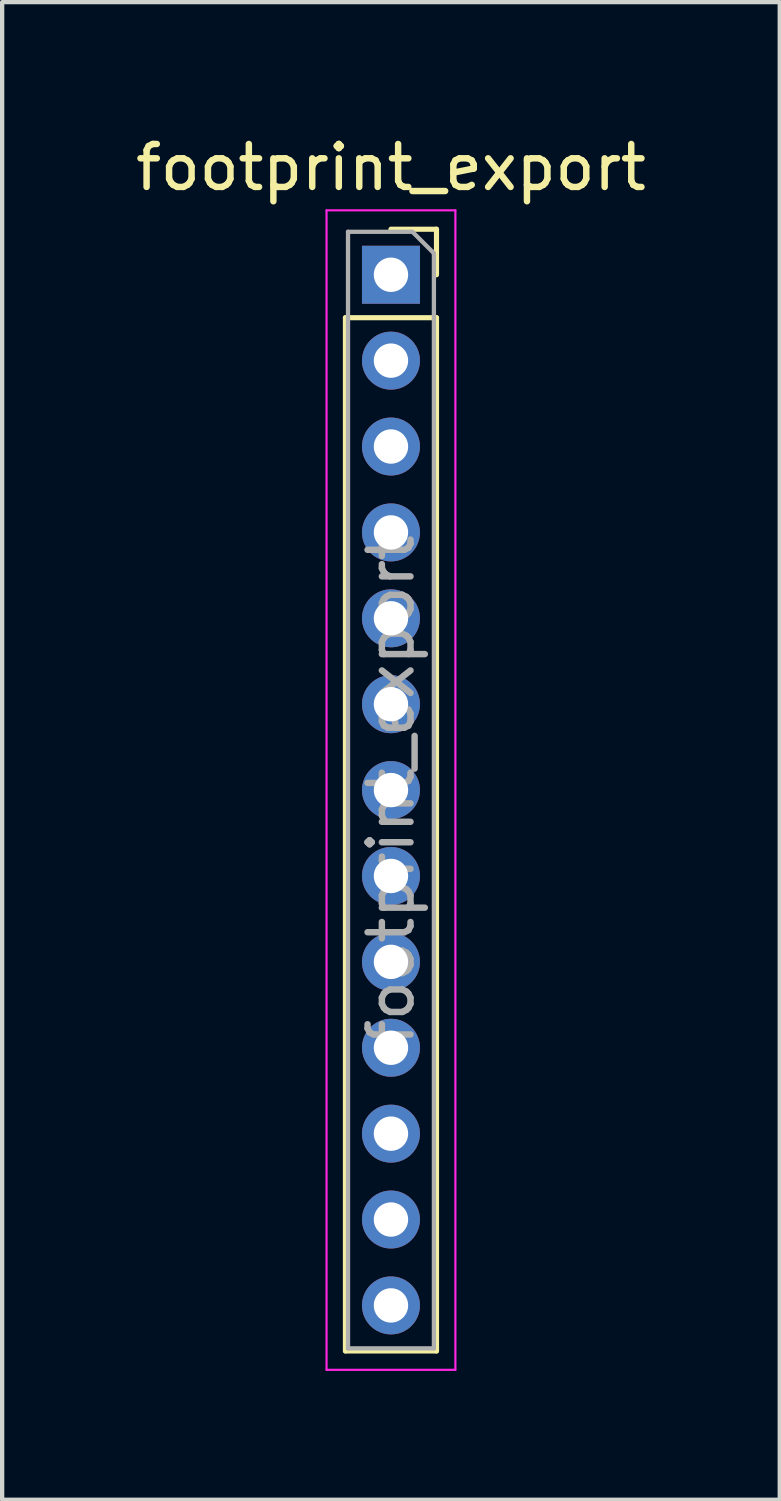
<source format=kicad_pcb>
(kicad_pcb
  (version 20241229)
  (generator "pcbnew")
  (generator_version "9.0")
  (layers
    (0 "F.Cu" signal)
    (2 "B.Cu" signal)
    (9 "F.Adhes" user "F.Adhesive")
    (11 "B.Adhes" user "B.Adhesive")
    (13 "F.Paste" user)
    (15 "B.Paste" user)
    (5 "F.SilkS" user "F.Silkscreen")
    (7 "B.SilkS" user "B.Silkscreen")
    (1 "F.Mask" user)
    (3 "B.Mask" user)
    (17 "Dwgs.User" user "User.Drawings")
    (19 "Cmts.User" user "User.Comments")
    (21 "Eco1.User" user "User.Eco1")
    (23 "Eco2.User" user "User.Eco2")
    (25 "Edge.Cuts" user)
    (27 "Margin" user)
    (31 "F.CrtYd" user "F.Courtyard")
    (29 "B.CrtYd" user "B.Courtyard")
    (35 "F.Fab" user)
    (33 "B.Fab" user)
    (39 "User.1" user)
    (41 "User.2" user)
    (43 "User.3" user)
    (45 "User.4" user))
  (footprint "footprint_export"
    (layer "F.Cu")
    (at 6.054 3.348)
    (property "Reference" "footprint_export" (at 0 -2.5 0) (layer "F.SilkS") (effects (font (size 1 1) (thickness 0.15))))
    (attr through_hole)
    (fp_line (start -1.06 1) (end -1.06 25.06) (stroke (width 0.12) (type solid)) (layer "F.SilkS"))
    (fp_line (start -1.06 1) (end 1.06 1) (stroke (width 0.12) (type solid)) (layer "F.SilkS"))
    (fp_line (start -1.06 25.06) (end 1.06 25.06) (stroke (width 0.12) (type solid)) (layer "F.SilkS"))
    (fp_line (start 0 -1.06) (end 1.06 -1.06) (stroke (width 0.12) (type solid)) (layer "F.SilkS"))
    (fp_line (start 1.06 -1.06) (end 1.06 0) (stroke (width 0.12) (type solid)) (layer "F.SilkS"))
    (fp_line (start 1.06 1) (end 1.06 25.06) (stroke (width 0.12) (type solid)) (layer "F.SilkS"))
    (fp_line (start -1.5 -1.5) (end 1.5 -1.5) (stroke (width 0.05) (type solid)) (layer "F.CrtYd"))
    (fp_line (start -1.5 25.5) (end -1.5 -1.5) (stroke (width 0.05) (type solid)) (layer "F.CrtYd"))
    (fp_line (start 1.5 -1.5) (end 1.5 25.5) (stroke (width 0.05) (type solid)) (layer "F.CrtYd"))
    (fp_line (start 1.5 25.5) (end -1.5 25.5) (stroke (width 0.05) (type solid)) (layer "F.CrtYd"))
    (fp_line (start -1 -1) (end 0.5 -1) (stroke (width 0.1) (type solid)) (layer "F.Fab"))
    (fp_line (start -1 25) (end -1 -1) (stroke (width 0.1) (type solid)) (layer "F.Fab"))
    (fp_line (start 0.5 -1) (end 1 -0.5) (stroke (width 0.1) (type solid)) (layer "F.Fab"))
    (fp_line (start 1 -0.5) (end 1 25) (stroke (width 0.1) (type solid)) (layer "F.Fab"))
    (fp_line (start 1 25) (end -1 25) (stroke (width 0.1) (type solid)) (layer "F.Fab"))
    (fp_text user "${REFERENCE}" (at 0 12 90) (layer "F.Fab") (effects (font (size 1 1) (thickness 0.15))))
    (pad "1" thru_hole rect (at 0 0) (size 1.35 1.35) (drill 0.8) (layers "*.Cu" "*.Mask"))
    (pad "2" thru_hole oval (at 0 2) (size 1.35 1.35) (drill 0.8) (layers "*.Cu" "*.Mask"))
    (pad "3" thru_hole oval (at 0 4) (size 1.35 1.35) (drill 0.8) (layers "*.Cu" "*.Mask"))
    (pad "4" thru_hole oval (at 0 6) (size 1.35 1.35) (drill 0.8) (layers "*.Cu" "*.Mask"))
    (pad "5" thru_hole oval (at 0 8) (size 1.35 1.35) (drill 0.8) (layers "*.Cu" "*.Mask"))
    (pad "6" thru_hole oval (at 0 10) (size 1.35 1.35) (drill 0.8) (layers "*.Cu" "*.Mask"))
    (pad "7" thru_hole oval (at 0 12) (size 1.35 1.35) (drill 0.8) (layers "*.Cu" "*.Mask"))
    (pad "8" thru_hole oval (at 0 14) (size 1.35 1.35) (drill 0.8) (layers "*.Cu" "*.Mask"))
    (pad "9" thru_hole oval (at 0 16) (size 1.35 1.35) (drill 0.8) (layers "*.Cu" "*.Mask"))
    (pad "10" thru_hole oval (at 0 18) (size 1.35 1.35) (drill 0.8) (layers "*.Cu" "*.Mask"))
    (pad "11" thru_hole oval (at 0 20) (size 1.35 1.35) (drill 0.8) (layers "*.Cu" "*.Mask"))
    (pad "12" thru_hole oval (at 0 22) (size 1.35 1.35) (drill 0.8) (layers "*.Cu" "*.Mask"))
    (pad "13" thru_hole oval (at 0 24) (size 1.35 1.35) (drill 0.8) (layers "*.Cu" "*.Mask")))
  (gr_rect
    (start -3 -3)
    (end 15.107 31.873)
    (stroke (width 0.1) (type default))
    (fill no)
    (layer "Edge.Cuts")))
</source>
